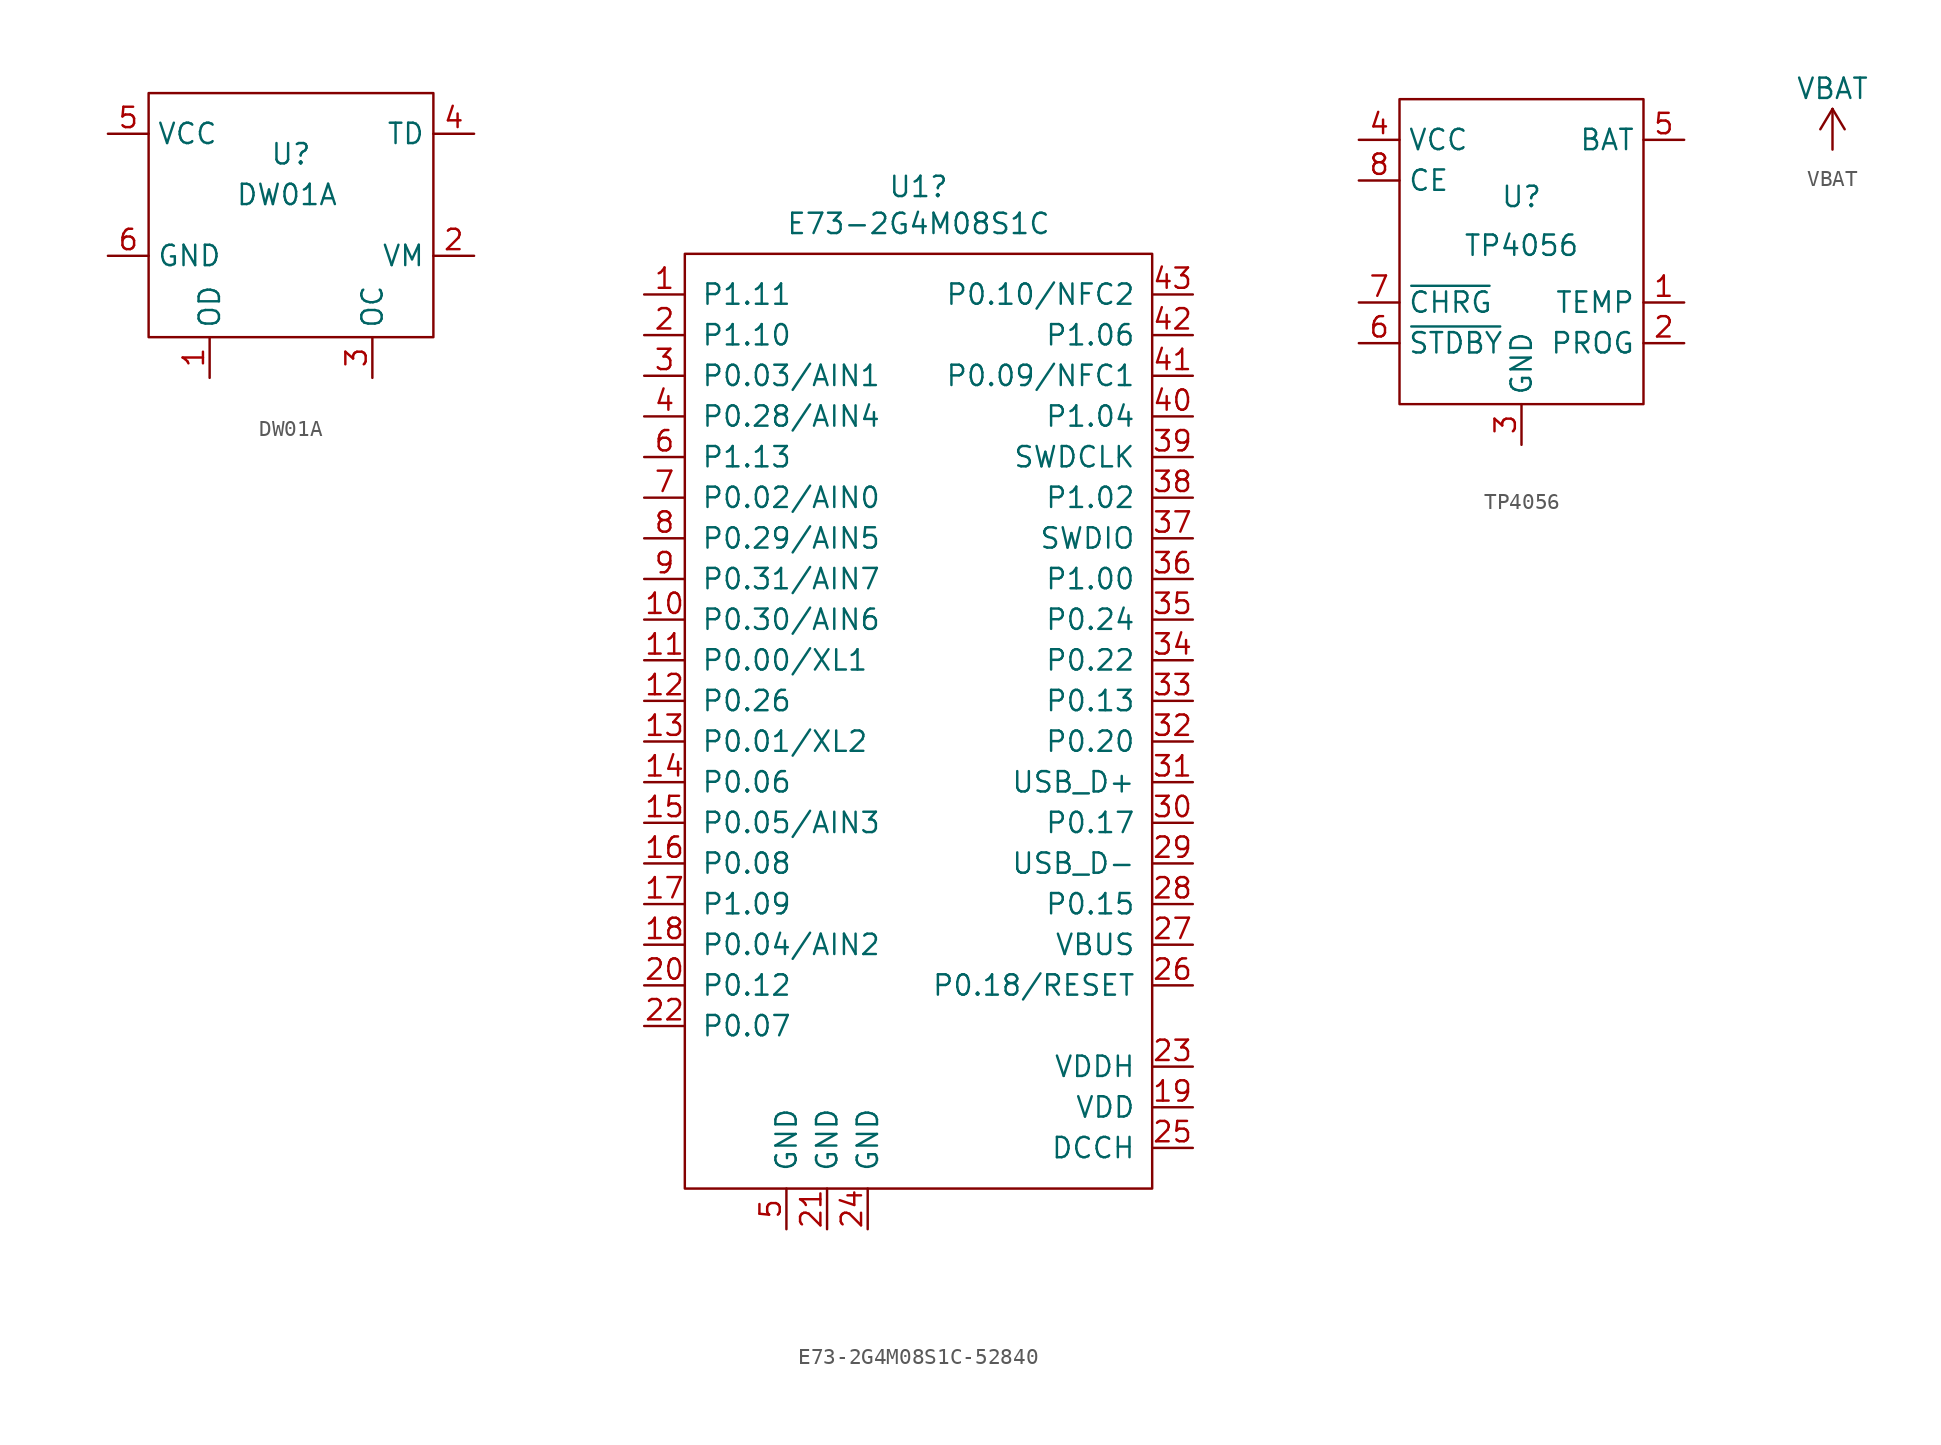
<source format=kicad_sym>
(kicad_symbol_lib
  (version 20230620)
  (generator kicad_symbol_editor)
  (symbol "DW01A"
    (property "Reference" "U"
      (at 0 2.54 0)
      (do_not_autoplace)
      (effects (font (size 1.27 1.27))))
    (property "Value" "DW01A"
      (at -0.254 0 0)
      (do_not_autoplace)
      (effects (font (size 1.27 1.27))))
    (symbol "DW01A_0_1"
      (rectangle (start -8.89 6.35) (end 8.89 -8.89) (stroke (width 0) (type default)) (fill (type none))))
    (symbol "DW01A_1_1"
      (pin output line (at -5.08 -11.43 90) (length 2.54) (name "OD" (effects (font (size 1.27 1.27)))) (number "1" (effects (font (size 1.27 1.27)))))
      (pin input line (at 11.43 -3.81 180) (length 2.54) (name "VM" (effects (font (size 1.27 1.27)))) (number "2" (effects (font (size 1.27 1.27)))))
      (pin output line (at 5.08 -11.43 90) (length 2.54) (name "OC" (effects (font (size 1.27 1.27)))) (number "3" (effects (font (size 1.27 1.27)))))
      (pin input line (at 11.43 3.81 180) (length 2.54) (name "TD" (effects (font (size 1.27 1.27)))) (number "4" (effects (font (size 1.27 1.27)))))
      (pin input line (at -11.43 3.81 0) (length 2.54) (name "VCC" (effects (font (size 1.27 1.27)))) (number "5" (effects (font (size 1.27 1.27)))))
      (pin input line (at -11.43 -3.81 0) (length 2.54) (name "GND" (effects (font (size 1.27 1.27)))) (number "6" (effects (font (size 1.27 1.27)))))))
  (symbol "E73-2G4M08S1C-52840"
    (pin_names
      (offset 1.016))
    (property "Reference" "U1"
      (at -0.635 34.671 0)
      (effects (font (size 1.27 1.27))))
    (property "Value" "E73-2G4M08S1C"
      (at -0.635 32.36 0)
      (effects (font (size 1.27 1.27))))
    (symbol "E73-2G4M08S1C-52840_0_1"
      (rectangle (start -15.24 30.48) (end 13.97 -27.94) (stroke (width 0) (type default)) (fill (type none))))
    (symbol "E73-2G4M08S1C-52840_1_1"
      (pin bidirectional line (at -17.78 27.94 0) (length 2.54) (name "P1.11" (effects (font (size 1.27 1.27)))) (number "1" (effects (font (size 1.27 1.27)))))
      (pin bidirectional line (at -17.78 7.62 0) (length 2.54) (name "P0.30/AIN6" (effects (font (size 1.27 1.27)))) (number "10" (effects (font (size 1.27 1.27)))))
      (pin bidirectional line (at -17.78 5.08 0) (length 2.54) (name "P0.00/XL1" (effects (font (size 1.27 1.27)))) (number "11" (effects (font (size 1.27 1.27)))))
      (pin bidirectional line (at -17.78 2.54 0) (length 2.54) (name "P0.26" (effects (font (size 1.27 1.27)))) (number "12" (effects (font (size 1.27 1.27)))))
      (pin bidirectional line (at -17.78 0 0) (length 2.54) (name "P0.01/XL2" (effects (font (size 1.27 1.27)))) (number "13" (effects (font (size 1.27 1.27)))))
      (pin bidirectional line (at -17.78 -2.54 0) (length 2.54) (name "P0.06" (effects (font (size 1.27 1.27)))) (number "14" (effects (font (size 1.27 1.27)))))
      (pin bidirectional line (at -17.78 -5.08 0) (length 2.54) (name "P0.05/AIN3" (effects (font (size 1.27 1.27)))) (number "15" (effects (font (size 1.27 1.27)))))
      (pin bidirectional line (at -17.78 -7.62 0) (length 2.54) (name "P0.08" (effects (font (size 1.27 1.27)))) (number "16" (effects (font (size 1.27 1.27)))))
      (pin bidirectional line (at -17.78 -10.16 0) (length 2.54) (name "P1.09" (effects (font (size 1.27 1.27)))) (number "17" (effects (font (size 1.27 1.27)))))
      (pin bidirectional line (at -17.78 -12.7 0) (length 2.54) (name "P0.04/AIN2" (effects (font (size 1.27 1.27)))) (number "18" (effects (font (size 1.27 1.27)))))
      (pin power_in line (at 16.51 -22.86 180) (length 2.54) (name "VDD" (effects (font (size 1.27 1.27)))) (number "19" (effects (font (size 1.27 1.27)))))
      (pin bidirectional line (at -17.78 25.4 0) (length 2.54) (name "P1.10" (effects (font (size 1.27 1.27)))) (number "2" (effects (font (size 1.27 1.27)))))
      (pin bidirectional line (at -17.78 -15.24 0) (length 2.54) (name "P0.12" (effects (font (size 1.27 1.27)))) (number "20" (effects (font (size 1.27 1.27)))))
      (pin power_in line (at -6.35 -30.48 90) (length 2.54) (name "GND" (effects (font (size 1.27 1.27)))) (number "21" (effects (font (size 1.27 1.27)))))
      (pin bidirectional line (at -17.78 -17.78 0) (length 2.54) (name "P0.07" (effects (font (size 1.27 1.27)))) (number "22" (effects (font (size 1.27 1.27)))))
      (pin power_in line (at 16.51 -20.32 180) (length 2.54) (name "VDDH" (effects (font (size 1.27 1.27)))) (number "23" (effects (font (size 1.27 1.27)))))
      (pin power_in line (at -3.81 -30.48 90) (length 2.54) (name "GND" (effects (font (size 1.27 1.27)))) (number "24" (effects (font (size 1.27 1.27)))))
      (pin power_out line (at 16.51 -25.4 180) (length 2.54) (name "DCCH" (effects (font (size 1.27 1.27)))) (number "25" (effects (font (size 1.27 1.27)))))
      (pin bidirectional line (at 16.51 -15.24 180) (length 2.54) (name "P0.18/RESET" (effects (font (size 1.27 1.27)))) (number "26" (effects (font (size 1.27 1.27)))))
      (pin power_in line (at 16.51 -12.7 180) (length 2.54) (name "VBUS" (effects (font (size 1.27 1.27)))) (number "27" (effects (font (size 1.27 1.27)))))
      (pin bidirectional line (at 16.51 -10.16 180) (length 2.54) (name "P0.15" (effects (font (size 1.27 1.27)))) (number "28" (effects (font (size 1.27 1.27)))))
      (pin bidirectional line (at 16.51 -7.62 180) (length 2.54) (name "USB_D-" (effects (font (size 1.27 1.27)))) (number "29" (effects (font (size 1.27 1.27)))))
      (pin bidirectional line (at -17.78 22.86 0) (length 2.54) (name "P0.03/AIN1" (effects (font (size 1.27 1.27)))) (number "3" (effects (font (size 1.27 1.27)))))
      (pin bidirectional line (at 16.51 -5.08 180) (length 2.54) (name "P0.17" (effects (font (size 1.27 1.27)))) (number "30" (effects (font (size 1.27 1.27)))))
      (pin bidirectional line (at 16.51 -2.54 180) (length 2.54) (name "USB_D+" (effects (font (size 1.27 1.27)))) (number "31" (effects (font (size 1.27 1.27)))))
      (pin bidirectional line (at 16.51 0 180) (length 2.54) (name "P0.20" (effects (font (size 1.27 1.27)))) (number "32" (effects (font (size 1.27 1.27)))))
      (pin bidirectional line (at 16.51 2.54 180) (length 2.54) (name "P0.13" (effects (font (size 1.27 1.27)))) (number "33" (effects (font (size 1.27 1.27)))))
      (pin bidirectional line (at 16.51 5.08 180) (length 2.54) (name "P0.22" (effects (font (size 1.27 1.27)))) (number "34" (effects (font (size 1.27 1.27)))))
      (pin bidirectional line (at 16.51 7.62 180) (length 2.54) (name "P0.24" (effects (font (size 1.27 1.27)))) (number "35" (effects (font (size 1.27 1.27)))))
      (pin bidirectional line (at 16.51 10.16 180) (length 2.54) (name "P1.00" (effects (font (size 1.27 1.27)))) (number "36" (effects (font (size 1.27 1.27)))))
      (pin bidirectional line (at 16.51 12.7 180) (length 2.54) (name "SWDIO" (effects (font (size 1.27 1.27)))) (number "37" (effects (font (size 1.27 1.27)))))
      (pin bidirectional line (at 16.51 15.24 180) (length 2.54) (name "P1.02" (effects (font (size 1.27 1.27)))) (number "38" (effects (font (size 1.27 1.27)))))
      (pin bidirectional line (at 16.51 17.78 180) (length 2.54) (name "SWDCLK" (effects (font (size 1.27 1.27)))) (number "39" (effects (font (size 1.27 1.27)))))
      (pin bidirectional line (at -17.78 20.32 0) (length 2.54) (name "P0.28/AIN4" (effects (font (size 1.27 1.27)))) (number "4" (effects (font (size 1.27 1.27)))))
      (pin bidirectional line (at 16.51 20.32 180) (length 2.54) (name "P1.04" (effects (font (size 1.27 1.27)))) (number "40" (effects (font (size 1.27 1.27)))))
      (pin bidirectional line (at 16.51 22.86 180) (length 2.54) (name "P0.09/NFC1" (effects (font (size 1.27 1.27)))) (number "41" (effects (font (size 1.27 1.27)))))
      (pin bidirectional line (at 16.51 25.4 180) (length 2.54) (name "P1.06" (effects (font (size 1.27 1.27)))) (number "42" (effects (font (size 1.27 1.27)))))
      (pin bidirectional line (at 16.51 27.94 180) (length 2.54) (name "P0.10/NFC2" (effects (font (size 1.27 1.27)))) (number "43" (effects (font (size 1.27 1.27)))))
      (pin power_in line (at -8.89 -30.48 90) (length 2.54) (name "GND" (effects (font (size 1.27 1.27)))) (number "5" (effects (font (size 1.27 1.27)))))
      (pin bidirectional line (at -17.78 17.78 0) (length 2.54) (name "P1.13" (effects (font (size 1.27 1.27)))) (number "6" (effects (font (size 1.27 1.27)))))
      (pin bidirectional line (at -17.78 15.24 0) (length 2.54) (name "P0.02/AIN0" (effects (font (size 1.27 1.27)))) (number "7" (effects (font (size 1.27 1.27)))))
      (pin bidirectional line (at -17.78 12.7 0) (length 2.54) (name "P0.29/AIN5" (effects (font (size 1.27 1.27)))) (number "8" (effects (font (size 1.27 1.27)))))
      (pin bidirectional line (at -17.78 10.16 0) (length 2.54) (name "P0.31/AIN7" (effects (font (size 1.27 1.27)))) (number "9" (effects (font (size 1.27 1.27)))))))
  (symbol "TP4056"
    (property "Reference" "U"
      (at 0 1.524 0)
      (effects (font (size 1.27 1.27))))
    (property "Value" "TP4056"
      (at 0 -1.524 0)
      (do_not_autoplace)
      (effects (font (size 1.27 1.27))))
    (symbol "TP4056_0_1"
      (rectangle (start -7.62 7.62) (end 7.62 -11.43) (stroke (width 0) (type default)) (fill (type none))))
    (symbol "TP4056_1_1"
      (pin input line (at 10.16 -5.08 180) (length 2.54) (name "TEMP" (effects (font (size 1.27 1.27)))) (number "1" (effects (font (size 1.27 1.27)))))
      (pin input line (at 10.16 -7.62 180) (length 2.54) (name "PROG" (effects (font (size 1.27 1.27)))) (number "2" (effects (font (size 1.27 1.27)))))
      (pin power_in line (at 0 -13.97 90) (length 2.54) (name "GND" (effects (font (size 1.27 1.27)))) (number "3" (effects (font (size 1.27 1.27)))))
      (pin power_in line (at -10.16 5.08 0) (length 2.54) (name "VCC" (effects (font (size 1.27 1.27)))) (number "4" (effects (font (size 1.27 1.27)))))
      (pin power_in line (at 10.16 5.08 180) (length 2.54) (name "BAT" (effects (font (size 1.27 1.27)))) (number "5" (effects (font (size 1.27 1.27)))))
      (pin output line (at -10.16 -7.62 0) (length 2.54) (name "~{STDBY}" (effects (font (size 1.27 1.27)))) (number "6" (effects (font (size 1.27 1.27)))))
      (pin output line (at -10.16 -5.08 0) (length 2.54) (name "~{CHRG}" (effects (font (size 1.27 1.27)))) (number "7" (effects (font (size 1.27 1.27)))))
      (pin input line (at -10.16 2.54 0) (length 2.54) (name "CE" (effects (font (size 1.27 1.27)))) (number "8" (effects (font (size 1.27 1.27)))))))
  (symbol "VBAT"
    (power)
    (pin_names
      (offset 0))
    (property "Reference" "#PWR"
      (at 0 -3.81 0)
      (effects (font (size 1.27 1.27)) hide))
    (property "Value" "VBAT"
      (at 0 3.81 0)
      (effects (font (size 1.27 1.27))))
    (symbol "VBAT_0_1"
      (polyline (pts (xy -0.762 1.27) (xy 0 2.54)) (stroke (width 0) (type default)) (fill (type none)))
      (polyline (pts (xy 0 0) (xy 0 2.54)) (stroke (width 0) (type default)) (fill (type none)))
      (polyline (pts (xy 0 2.54) (xy 0.762 1.27)) (stroke (width 0) (type default)) (fill (type none))))
    (symbol "VBAT_1_1"
      (pin power_in line (at 0 0 90) (length 0) hide (name "VBAT" (effects (font (size 1.27 1.27)))) (number "1" (effects (font (size 1.27 1.27))))))))
</source>
